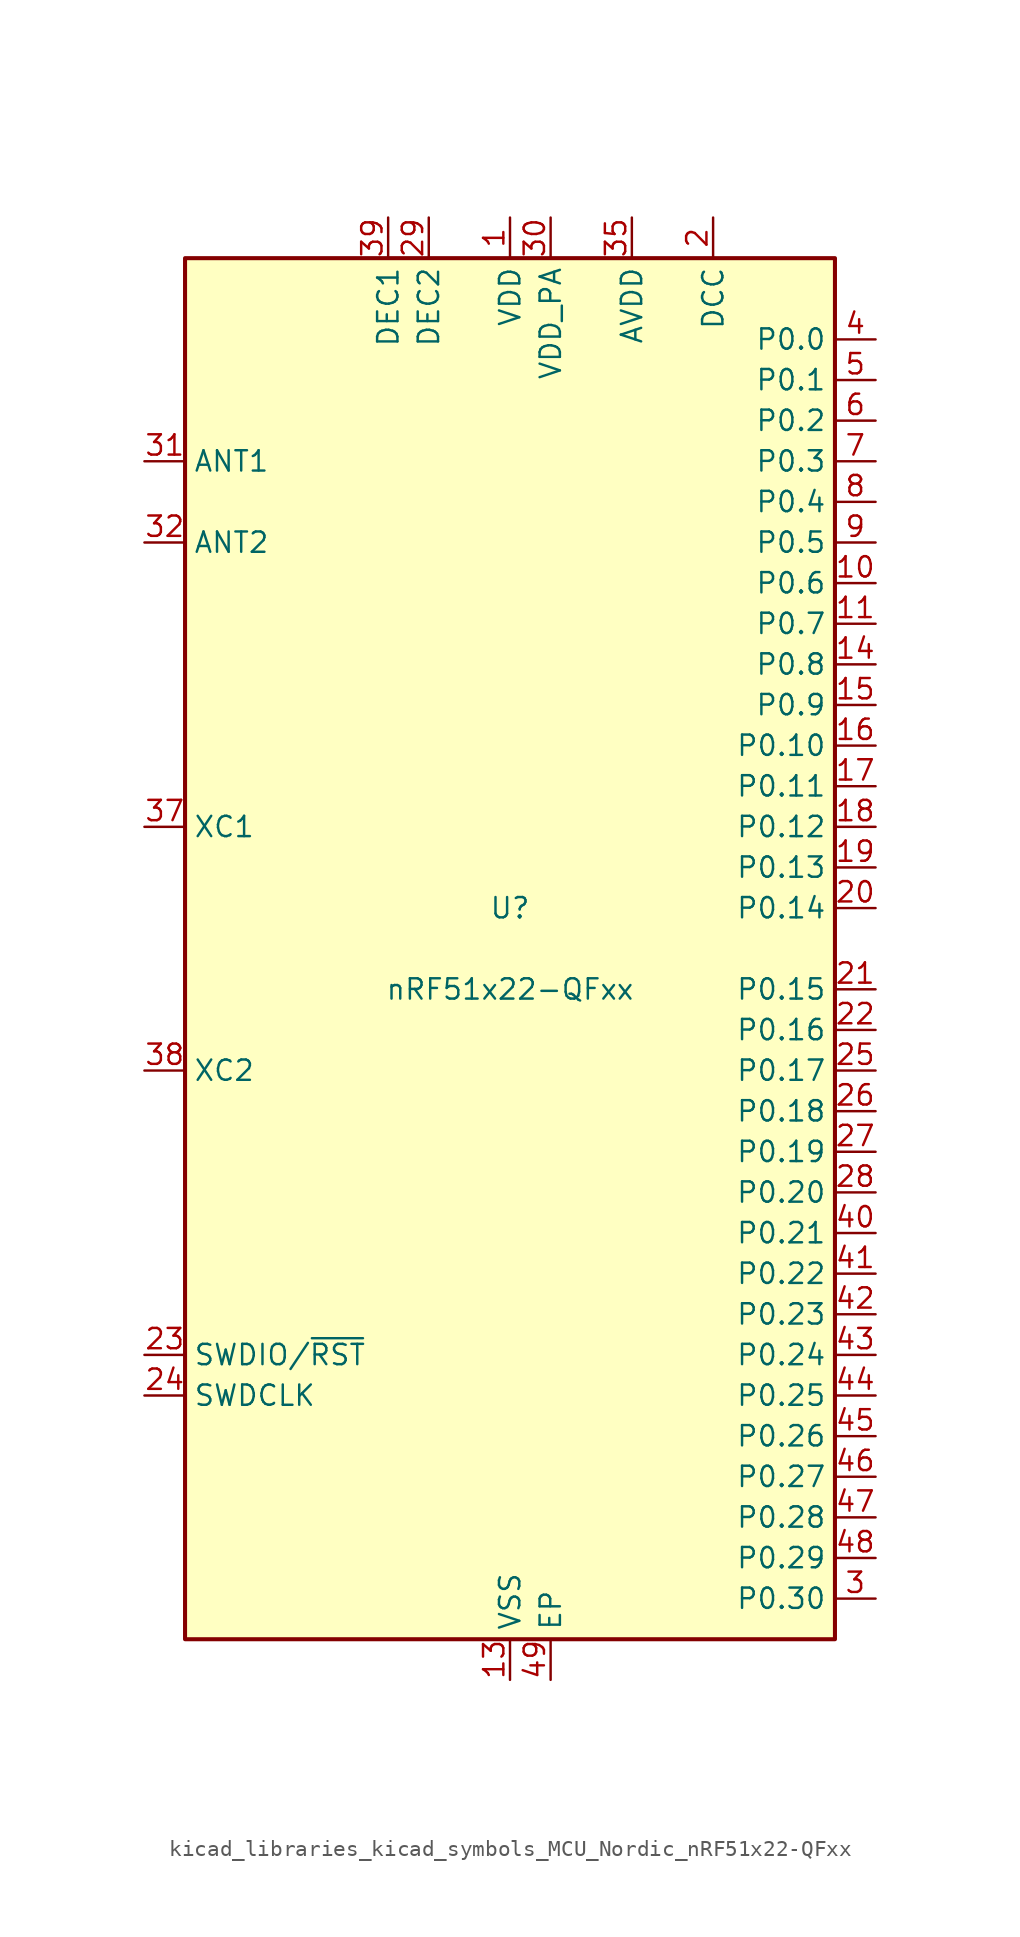
<source format=kicad_sym>
(kicad_symbol_lib
  (version 20220914)
  (generator kicad_symbol_editor)
  (symbol "kicad_libraries_kicad_symbols_MCU_Nordic_nRF51x22-QFxx"
    (property "Reference" "U"
      (at 0 2.54 0)
      (effects (font (size 1.27 1.27))))
    (property "Value" "nRF51x22-QFxx"
      (at 0 -2.54 0)
      (effects (font (size 1.27 1.27))))
    (symbol "kicad_libraries_kicad_symbols_MCU_Nordic_nRF51x22-QFxx_0_1"
      (rectangle (start -20.32 43.18) (end 20.32 -43.18) (stroke (width 0.254) (type default)) (fill (type background))))
    (symbol "kicad_libraries_kicad_symbols_MCU_Nordic_nRF51x22-QFxx_1_1"
      (pin power_in line (at 0 45.72 270) (length 2.54) (name "VDD" (effects (font (size 1.27 1.27)))) (number "1" (effects (font (size 1.27 1.27)))))
      (pin bidirectional line (at 22.86 22.86 180) (length 2.54) (name "P0.6" (effects (font (size 1.27 1.27)))) (number "10" (effects (font (size 1.27 1.27)))))
      (pin bidirectional line (at 22.86 20.32 180) (length 2.54) (name "P0.7" (effects (font (size 1.27 1.27)))) (number "11" (effects (font (size 1.27 1.27)))))
      (pin passive line (at 0 45.72 270) (length 2.54) hide (name "VDD" (effects (font (size 1.27 1.27)))) (number "12" (effects (font (size 1.27 1.27)))))
      (pin power_in line (at 0 -45.72 90) (length 2.54) (name "VSS" (effects (font (size 1.27 1.27)))) (number "13" (effects (font (size 1.27 1.27)))))
      (pin bidirectional line (at 22.86 17.78 180) (length 2.54) (name "P0.8" (effects (font (size 1.27 1.27)))) (number "14" (effects (font (size 1.27 1.27)))))
      (pin bidirectional line (at 22.86 15.24 180) (length 2.54) (name "P0.9" (effects (font (size 1.27 1.27)))) (number "15" (effects (font (size 1.27 1.27)))))
      (pin bidirectional line (at 22.86 12.7 180) (length 2.54) (name "P0.10" (effects (font (size 1.27 1.27)))) (number "16" (effects (font (size 1.27 1.27)))))
      (pin bidirectional line (at 22.86 10.16 180) (length 2.54) (name "P0.11" (effects (font (size 1.27 1.27)))) (number "17" (effects (font (size 1.27 1.27)))))
      (pin bidirectional line (at 22.86 7.62 180) (length 2.54) (name "P0.12" (effects (font (size 1.27 1.27)))) (number "18" (effects (font (size 1.27 1.27)))))
      (pin bidirectional line (at 22.86 5.08 180) (length 2.54) (name "P0.13" (effects (font (size 1.27 1.27)))) (number "19" (effects (font (size 1.27 1.27)))))
      (pin power_out line (at 12.7 45.72 270) (length 2.54) (name "DCC" (effects (font (size 1.27 1.27)))) (number "2" (effects (font (size 1.27 1.27)))))
      (pin bidirectional line (at 22.86 2.54 180) (length 2.54) (name "P0.14" (effects (font (size 1.27 1.27)))) (number "20" (effects (font (size 1.27 1.27)))))
      (pin bidirectional line (at 22.86 -2.54 180) (length 2.54) (name "P0.15" (effects (font (size 1.27 1.27)))) (number "21" (effects (font (size 1.27 1.27)))))
      (pin bidirectional line (at 22.86 -5.08 180) (length 2.54) (name "P0.16" (effects (font (size 1.27 1.27)))) (number "22" (effects (font (size 1.27 1.27)))))
      (pin bidirectional line (at -22.86 -25.4 0) (length 2.54) (name "SWDIO/~{RST}" (effects (font (size 1.27 1.27)))) (number "23" (effects (font (size 1.27 1.27)))))
      (pin input line (at -22.86 -27.94 0) (length 2.54) (name "SWDCLK" (effects (font (size 1.27 1.27)))) (number "24" (effects (font (size 1.27 1.27)))))
      (pin bidirectional line (at 22.86 -7.62 180) (length 2.54) (name "P0.17" (effects (font (size 1.27 1.27)))) (number "25" (effects (font (size 1.27 1.27)))))
      (pin bidirectional line (at 22.86 -10.16 180) (length 2.54) (name "P0.18" (effects (font (size 1.27 1.27)))) (number "26" (effects (font (size 1.27 1.27)))))
      (pin bidirectional line (at 22.86 -12.7 180) (length 2.54) (name "P0.19" (effects (font (size 1.27 1.27)))) (number "27" (effects (font (size 1.27 1.27)))))
      (pin bidirectional line (at 22.86 -15.24 180) (length 2.54) (name "P0.20" (effects (font (size 1.27 1.27)))) (number "28" (effects (font (size 1.27 1.27)))))
      (pin passive line (at -5.08 45.72 270) (length 2.54) (name "DEC2" (effects (font (size 1.27 1.27)))) (number "29" (effects (font (size 1.27 1.27)))))
      (pin bidirectional line (at 22.86 -40.64 180) (length 2.54) (name "P0.30" (effects (font (size 1.27 1.27)))) (number "3" (effects (font (size 1.27 1.27)))))
      (pin power_out line (at 2.54 45.72 270) (length 2.54) (name "VDD_PA" (effects (font (size 1.27 1.27)))) (number "30" (effects (font (size 1.27 1.27)))))
      (pin output line (at -22.86 30.48 0) (length 2.54) (name "ANT1" (effects (font (size 1.27 1.27)))) (number "31" (effects (font (size 1.27 1.27)))))
      (pin output line (at -22.86 25.4 0) (length 2.54) (name "ANT2" (effects (font (size 1.27 1.27)))) (number "32" (effects (font (size 1.27 1.27)))))
      (pin passive line (at 0 -45.72 90) (length 2.54) hide (name "VSS" (effects (font (size 1.27 1.27)))) (number "33" (effects (font (size 1.27 1.27)))))
      (pin passive line (at 0 -45.72 90) (length 2.54) hide (name "VSS" (effects (font (size 1.27 1.27)))) (number "34" (effects (font (size 1.27 1.27)))))
      (pin power_in line (at 7.62 45.72 270) (length 2.54) (name "AVDD" (effects (font (size 1.27 1.27)))) (number "35" (effects (font (size 1.27 1.27)))))
      (pin passive line (at 7.62 45.72 270) (length 2.54) hide (name "AVDD" (effects (font (size 1.27 1.27)))) (number "36" (effects (font (size 1.27 1.27)))))
      (pin input line (at -22.86 7.62 0) (length 2.54) (name "XC1" (effects (font (size 1.27 1.27)))) (number "37" (effects (font (size 1.27 1.27)))))
      (pin input line (at -22.86 -7.62 0) (length 2.54) (name "XC2" (effects (font (size 1.27 1.27)))) (number "38" (effects (font (size 1.27 1.27)))))
      (pin passive line (at -7.62 45.72 270) (length 2.54) (name "DEC1" (effects (font (size 1.27 1.27)))) (number "39" (effects (font (size 1.27 1.27)))))
      (pin bidirectional line (at 22.86 38.1 180) (length 2.54) (name "P0.0" (effects (font (size 1.27 1.27)))) (number "4" (effects (font (size 1.27 1.27)))))
      (pin bidirectional line (at 22.86 -17.78 180) (length 2.54) (name "P0.21" (effects (font (size 1.27 1.27)))) (number "40" (effects (font (size 1.27 1.27)))))
      (pin bidirectional line (at 22.86 -20.32 180) (length 2.54) (name "P0.22" (effects (font (size 1.27 1.27)))) (number "41" (effects (font (size 1.27 1.27)))))
      (pin bidirectional line (at 22.86 -22.86 180) (length 2.54) (name "P0.23" (effects (font (size 1.27 1.27)))) (number "42" (effects (font (size 1.27 1.27)))))
      (pin bidirectional line (at 22.86 -25.4 180) (length 2.54) (name "P0.24" (effects (font (size 1.27 1.27)))) (number "43" (effects (font (size 1.27 1.27)))))
      (pin bidirectional line (at 22.86 -27.94 180) (length 2.54) (name "P0.25" (effects (font (size 1.27 1.27)))) (number "44" (effects (font (size 1.27 1.27)))))
      (pin bidirectional line (at 22.86 -30.48 180) (length 2.54) (name "P0.26" (effects (font (size 1.27 1.27)))) (number "45" (effects (font (size 1.27 1.27)))))
      (pin bidirectional line (at 22.86 -33.02 180) (length 2.54) (name "P0.27" (effects (font (size 1.27 1.27)))) (number "46" (effects (font (size 1.27 1.27)))))
      (pin bidirectional line (at 22.86 -35.56 180) (length 2.54) (name "P0.28" (effects (font (size 1.27 1.27)))) (number "47" (effects (font (size 1.27 1.27)))))
      (pin bidirectional line (at 22.86 -38.1 180) (length 2.54) (name "P0.29" (effects (font (size 1.27 1.27)))) (number "48" (effects (font (size 1.27 1.27)))))
      (pin power_in line (at 2.54 -45.72 90) (length 2.54) (name "EP" (effects (font (size 1.27 1.27)))) (number "49" (effects (font (size 1.27 1.27)))))
      (pin bidirectional line (at 22.86 35.56 180) (length 2.54) (name "P0.1" (effects (font (size 1.27 1.27)))) (number "5" (effects (font (size 1.27 1.27)))))
      (pin bidirectional line (at 22.86 33.02 180) (length 2.54) (name "P0.2" (effects (font (size 1.27 1.27)))) (number "6" (effects (font (size 1.27 1.27)))))
      (pin bidirectional line (at 22.86 30.48 180) (length 2.54) (name "P0.3" (effects (font (size 1.27 1.27)))) (number "7" (effects (font (size 1.27 1.27)))))
      (pin bidirectional line (at 22.86 27.94 180) (length 2.54) (name "P0.4" (effects (font (size 1.27 1.27)))) (number "8" (effects (font (size 1.27 1.27)))))
      (pin bidirectional line (at 22.86 25.4 180) (length 2.54) (name "P0.5" (effects (font (size 1.27 1.27)))) (number "9" (effects (font (size 1.27 1.27))))))))
</source>
